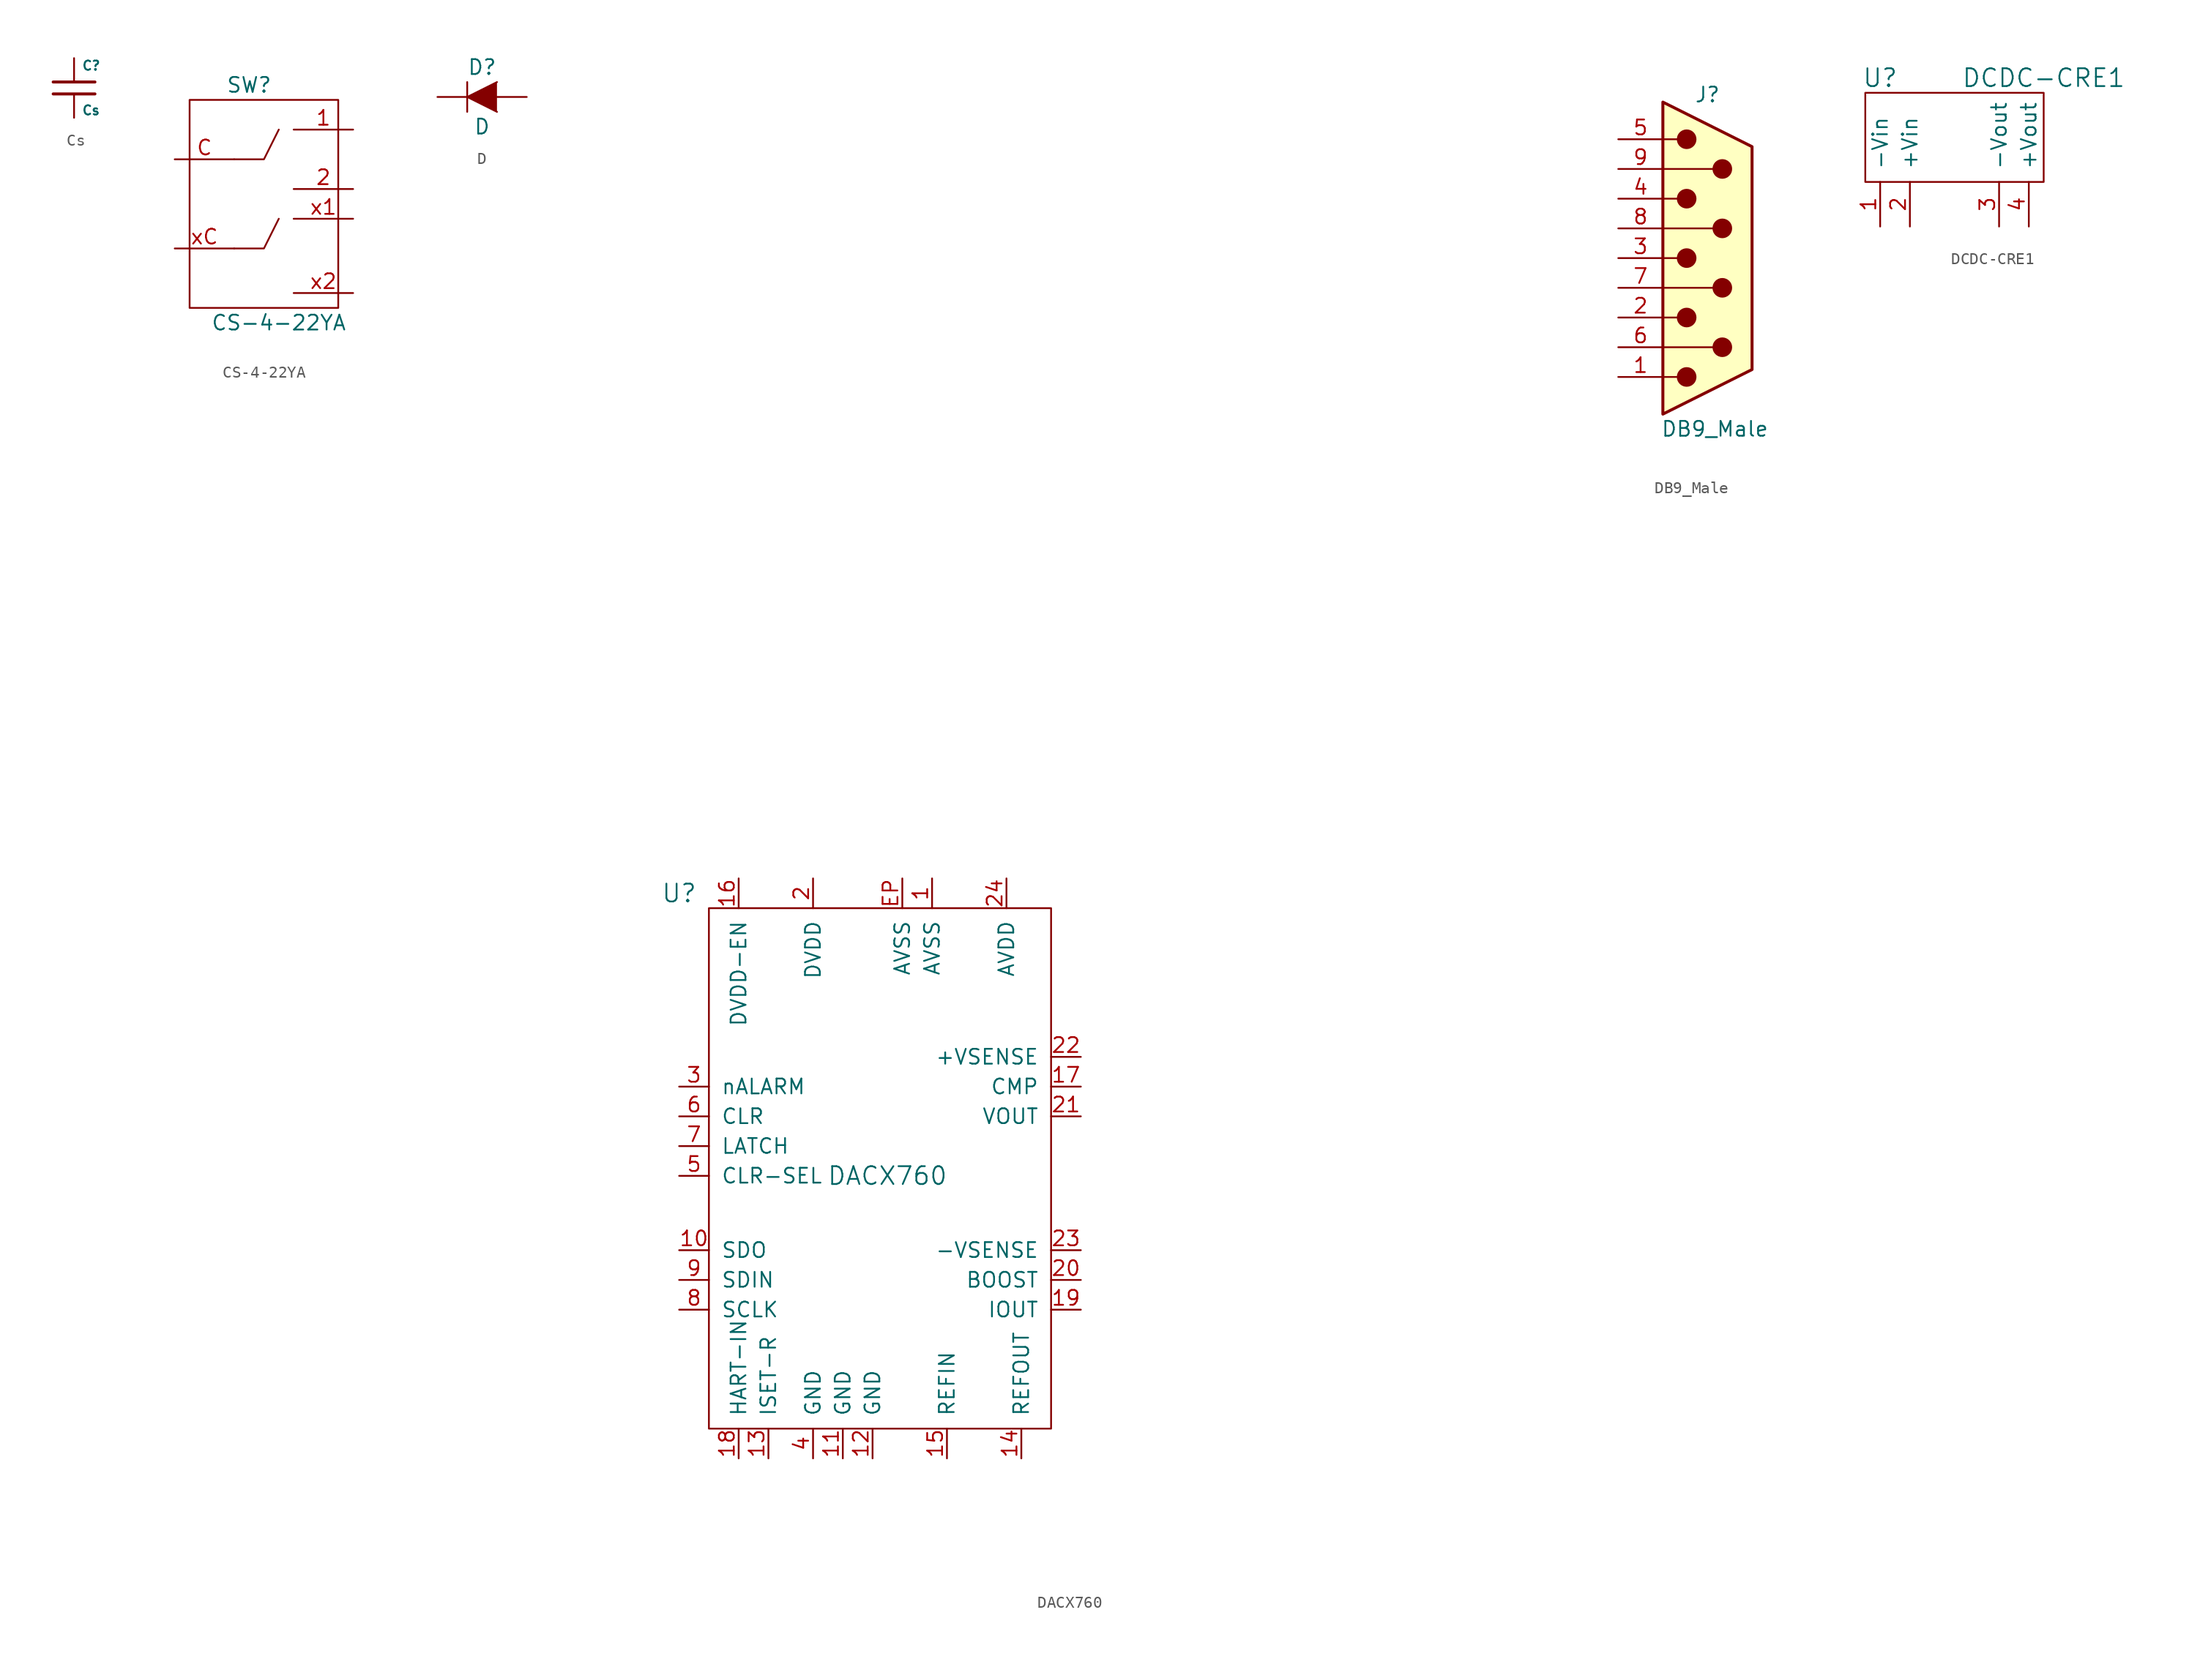
<source format=kicad_sym>
(kicad_symbol_lib
  (version 20210619)
  (generator kicad_symbol_editor)
  (symbol "tinkerforge:Cs"
    (pin_numbers hide)
    (pin_names
      (offset 0.254))
    (property "Reference" "C"
      (at 0.635 1.905 0)
      (effects (font (size 0.787 0.787)) (justify left)))
    (property "Value" "Cs"
      (at 0.635 -1.905 0)
      (effects (font (size 0.787 0.787)) (justify left)))
    (property "Footprint" ""
      (at 0 0 0)
      (effects (font (size 1.524 1.524))))
    (property "Datasheet" ""
      (at 0 0 0)
      (effects (font (size 1.524 1.524))))
    (symbol "Cs_0_1"
      (polyline (pts (xy -1.778 -0.508) (xy 1.778 -0.508)) (stroke (width 0.254)) (fill (type none)))
      (polyline (pts (xy -1.778 0.508) (xy 1.778 0.508)) (stroke (width 0.254)) (fill (type none))))
    (symbol "Cs_1_1"
      (pin passive line (at 0 2.54 270) (length 2.007) (name "~" (effects (font (size 1.016 1.016)))) (number "1" (effects (font (size 1.016 1.016)))))
      (pin passive line (at 0 -2.54 90) (length 2.007) (name "~" (effects (font (size 1.016 1.016)))) (number "2" (effects (font (size 1.016 1.016)))))))
  (symbol "tinkerforge:CS-4-22YA"
    (pin_names
      (offset 1.016))
    (property "Reference" "SW"
      (at -1.27 10.16 0)
      (effects (font (size 1.27 1.27))))
    (property "Value" "CS-4-22YA"
      (at 1.27 -10.16 0)
      (effects (font (size 1.27 1.27))))
    (symbol "CS-4-22YA_0_1"
      (rectangle (start -6.35 8.89) (end 6.35 -8.89) (stroke (width 0)) (fill (type none)))
      (polyline (pts (xy -2.54 -3.81) (xy 0 -3.81) (xy 1.27 -1.27)) (stroke (width 0)) (fill (type none)))
      (polyline (pts (xy -2.54 3.81) (xy 0 3.81) (xy 1.27 6.35)) (stroke (width 0)) (fill (type none))))
    (symbol "CS-4-22YA_1_1"
      (pin input line (at 7.62 6.35 180) (length 5.08) (name "~" (effects (font (size 1.27 1.27)))) (number "1" (effects (font (size 1.27 1.27)))))
      (pin input line (at 7.62 1.27 180) (length 5.08) (name "~" (effects (font (size 1.27 1.27)))) (number "2" (effects (font (size 1.27 1.27)))))
      (pin input line (at -7.62 3.81 0) (length 5.08) (name "~" (effects (font (size 1.27 1.27)))) (number "C" (effects (font (size 1.27 1.27)))))
      (pin input line (at 7.62 -1.27 180) (length 5.08) (name "~" (effects (font (size 1.27 1.27)))) (number "x1" (effects (font (size 1.27 1.27)))))
      (pin input line (at 7.62 -7.62 180) (length 5.08) (name "~" (effects (font (size 1.27 1.27)))) (number "x2" (effects (font (size 1.27 1.27)))))
      (pin input line (at -7.62 -3.81 0) (length 5.08) (name "~" (effects (font (size 1.27 1.27)))) (number "xC" (effects (font (size 1.27 1.27)))))))
  (symbol "tinkerforge:D"
    (pin_numbers hide)
    (pin_names
      (offset 1.016) hide)
    (property "Reference" "D"
      (at 0 2.54 0)
      (effects (font (size 1.27 1.27))))
    (property "Value" "D"
      (at 0 -2.54 0)
      (effects (font (size 1.27 1.27))))
    (property "Footprint" ""
      (at 0 0 0)
      (effects (font (size 1.27 1.27))))
    (property "Datasheet" ""
      (at 0 0 0)
      (effects (font (size 1.27 1.27))))
    (symbol "D_0_1"
      (polyline (pts (xy -1.27 1.27) (xy -1.27 -1.27)) (stroke (width 0.152)) (fill (type none)))
      (polyline (pts (xy 1.27 1.27) (xy -1.27 0) (xy 1.27 -1.27)) (stroke (width 0)) (fill (type outline))))
    (symbol "D_1_1"
      (pin passive line (at 3.81 0 180) (length 2.54) (name "A" (effects (font (size 1.27 1.27)))) (number "1" (effects (font (size 1.27 1.27)))))
      (pin passive line (at -3.81 0 0) (length 2.54) (name "K" (effects (font (size 1.27 1.27)))) (number "2" (effects (font (size 1.27 1.27)))))))
  (symbol "tinkerforge:DACX760"
    (pin_names
      (offset 1.016))
    (property "Reference" "U"
      (at -17.78 24.13 0)
      (effects (font (size 1.524 1.524))))
    (property "Value" "DACX760"
      (at 0 0 0)
      (effects (font (size 1.524 1.524))))
    (property "Footprint" ""
      (at 49.53 85.09 0)
      (effects (font (size 1.524 1.524))))
    (property "Datasheet" ""
      (at 49.53 85.09 0)
      (effects (font (size 1.524 1.524))))
    (symbol "DACX760_0_1"
      (rectangle (start -15.24 22.86) (end 13.97 -21.59) (stroke (width 0)) (fill (type none))))
    (symbol "DACX760_1_1"
      (pin input line (at 3.81 25.4 270) (length 2.54) (name "AVSS" (effects (font (size 1.27 1.27)))) (number "1" (effects (font (size 1.27 1.27)))))
      (pin input line (at -17.78 -6.35 0) (length 2.54) (name "SDO" (effects (font (size 1.27 1.27)))) (number "10" (effects (font (size 1.27 1.27)))))
      (pin input line (at -3.81 -24.13 90) (length 2.54) (name "GND" (effects (font (size 1.27 1.27)))) (number "11" (effects (font (size 1.27 1.27)))))
      (pin input line (at -1.27 -24.13 90) (length 2.54) (name "GND" (effects (font (size 1.27 1.27)))) (number "12" (effects (font (size 1.27 1.27)))))
      (pin input line (at -10.16 -24.13 90) (length 2.54) (name "ISET-R" (effects (font (size 1.27 1.27)))) (number "13" (effects (font (size 1.27 1.27)))))
      (pin input line (at 11.43 -24.13 90) (length 2.54) (name "REFOUT" (effects (font (size 1.27 1.27)))) (number "14" (effects (font (size 1.27 1.27)))))
      (pin input line (at 5.08 -24.13 90) (length 2.54) (name "REFIN" (effects (font (size 1.27 1.27)))) (number "15" (effects (font (size 1.27 1.27)))))
      (pin input line (at -12.7 25.4 270) (length 2.54) (name "DVDD-EN" (effects (font (size 1.27 1.27)))) (number "16" (effects (font (size 1.27 1.27)))))
      (pin input line (at 16.51 7.62 180) (length 2.54) (name "CMP" (effects (font (size 1.27 1.27)))) (number "17" (effects (font (size 1.27 1.27)))))
      (pin input line (at -12.7 -24.13 90) (length 2.54) (name "HART-IN" (effects (font (size 1.27 1.27)))) (number "18" (effects (font (size 1.27 1.27)))))
      (pin input line (at 16.51 -11.43 180) (length 2.54) (name "IOUT" (effects (font (size 1.27 1.27)))) (number "19" (effects (font (size 1.27 1.27)))))
      (pin input line (at -6.35 25.4 270) (length 2.54) (name "DVDD" (effects (font (size 1.27 1.27)))) (number "2" (effects (font (size 1.27 1.27)))))
      (pin input line (at 16.51 -8.89 180) (length 2.54) (name "BOOST" (effects (font (size 1.27 1.27)))) (number "20" (effects (font (size 1.27 1.27)))))
      (pin input line (at 16.51 5.08 180) (length 2.54) (name "VOUT" (effects (font (size 1.27 1.27)))) (number "21" (effects (font (size 1.27 1.27)))))
      (pin input line (at 16.51 10.16 180) (length 2.54) (name "+VSENSE" (effects (font (size 1.27 1.27)))) (number "22" (effects (font (size 1.27 1.27)))))
      (pin input line (at 16.51 -6.35 180) (length 2.54) (name "-VSENSE" (effects (font (size 1.27 1.27)))) (number "23" (effects (font (size 1.27 1.27)))))
      (pin input line (at 10.16 25.4 270) (length 2.54) (name "AVDD" (effects (font (size 1.27 1.27)))) (number "24" (effects (font (size 1.27 1.27)))))
      (pin input line (at -17.78 7.62 0) (length 2.54) (name "nALARM" (effects (font (size 1.27 1.27)))) (number "3" (effects (font (size 1.27 1.27)))))
      (pin input line (at -6.35 -24.13 90) (length 2.54) (name "GND" (effects (font (size 1.27 1.27)))) (number "4" (effects (font (size 1.27 1.27)))))
      (pin input line (at -17.78 0 0) (length 2.54) (name "CLR-SEL" (effects (font (size 1.27 1.27)))) (number "5" (effects (font (size 1.27 1.27)))))
      (pin input line (at -17.78 5.08 0) (length 2.54) (name "CLR" (effects (font (size 1.27 1.27)))) (number "6" (effects (font (size 1.27 1.27)))))
      (pin input line (at -17.78 2.54 0) (length 2.54) (name "LATCH" (effects (font (size 1.27 1.27)))) (number "7" (effects (font (size 1.27 1.27)))))
      (pin input line (at -17.78 -11.43 0) (length 2.54) (name "SCLK" (effects (font (size 1.27 1.27)))) (number "8" (effects (font (size 1.27 1.27)))))
      (pin input line (at -17.78 -8.89 0) (length 2.54) (name "SDIN" (effects (font (size 1.27 1.27)))) (number "9" (effects (font (size 1.27 1.27)))))
      (pin passive line (at 1.27 25.4 270) (length 2.54) (name "AVSS" (effects (font (size 1.27 1.27)))) (number "EP" (effects (font (size 1.27 1.27)))))))
  (symbol "tinkerforge:DB9_Male"
    (pin_names
      (offset 1.016) hide)
    (property "Reference" "J"
      (at 0 13.97 0)
      (effects (font (size 1.27 1.27))))
    (property "Value" "DB9_Male"
      (at 0.635 -14.605 0)
      (effects (font (size 1.27 1.27))))
    (symbol "DB9_Male_0_1"
      (circle (center -1.778 -10.16) (radius 0.762) (stroke (width 0)) (fill (type outline)))
      (circle (center -1.778 -5.08) (radius 0.762) (stroke (width 0)) (fill (type outline)))
      (circle (center -1.778 0) (radius 0.762) (stroke (width 0)) (fill (type outline)))
      (circle (center -1.778 5.08) (radius 0.762) (stroke (width 0)) (fill (type outline)))
      (circle (center -1.778 10.16) (radius 0.762) (stroke (width 0)) (fill (type outline)))
      (circle (center 1.27 -7.62) (radius 0.762) (stroke (width 0)) (fill (type outline)))
      (circle (center 1.27 -2.54) (radius 0.762) (stroke (width 0)) (fill (type outline)))
      (circle (center 1.27 2.54) (radius 0.762) (stroke (width 0)) (fill (type outline)))
      (circle (center 1.27 7.62) (radius 0.762) (stroke (width 0)) (fill (type outline)))
      (polyline (pts (xy -3.81 -10.16) (xy -2.54 -10.16)) (stroke (width 0)) (fill (type none)))
      (polyline (pts (xy -3.81 -7.62) (xy 0.508 -7.62)) (stroke (width 0)) (fill (type none)))
      (polyline (pts (xy -3.81 -5.08) (xy -2.54 -5.08)) (stroke (width 0)) (fill (type none)))
      (polyline (pts (xy -3.81 -2.54) (xy 0.508 -2.54)) (stroke (width 0)) (fill (type none)))
      (polyline (pts (xy -3.81 0) (xy -2.54 0)) (stroke (width 0)) (fill (type none)))
      (polyline (pts (xy -3.81 2.54) (xy 0.508 2.54)) (stroke (width 0)) (fill (type none)))
      (polyline (pts (xy -3.81 5.08) (xy -2.54 5.08)) (stroke (width 0)) (fill (type none)))
      (polyline (pts (xy -3.81 7.62) (xy 0.508 7.62)) (stroke (width 0)) (fill (type none)))
      (polyline (pts (xy -3.81 10.16) (xy -2.54 10.16)) (stroke (width 0)) (fill (type none)))
      (polyline (pts (xy -3.81 -13.335) (xy -3.81 13.335) (xy 3.81 9.525) (xy 3.81 -9.525) (xy -3.81 -13.335)) (stroke (width 0.254)) (fill (type background))))
    (symbol "DB9_Male_1_1"
      (pin passive line (at -7.62 -10.16 0) (length 3.81) (name "1" (effects (font (size 1.27 1.27)))) (number "1" (effects (font (size 1.27 1.27)))))
      (pin passive line (at -7.62 -5.08 0) (length 3.81) (name "2" (effects (font (size 1.27 1.27)))) (number "2" (effects (font (size 1.27 1.27)))))
      (pin passive line (at -7.62 0 0) (length 3.81) (name "3" (effects (font (size 1.27 1.27)))) (number "3" (effects (font (size 1.27 1.27)))))
      (pin passive line (at -7.62 5.08 0) (length 3.81) (name "4" (effects (font (size 1.27 1.27)))) (number "4" (effects (font (size 1.27 1.27)))))
      (pin passive line (at -7.62 10.16 0) (length 3.81) (name "5" (effects (font (size 1.27 1.27)))) (number "5" (effects (font (size 1.27 1.27)))))
      (pin passive line (at -7.62 -7.62 0) (length 3.81) (name "6" (effects (font (size 1.27 1.27)))) (number "6" (effects (font (size 1.27 1.27)))))
      (pin passive line (at -7.62 -2.54 0) (length 3.81) (name "7" (effects (font (size 1.27 1.27)))) (number "7" (effects (font (size 1.27 1.27)))))
      (pin passive line (at -7.62 2.54 0) (length 3.81) (name "8" (effects (font (size 1.27 1.27)))) (number "8" (effects (font (size 1.27 1.27)))))
      (pin passive line (at -7.62 7.62 0) (length 3.81) (name "9" (effects (font (size 1.27 1.27)))) (number "9" (effects (font (size 1.27 1.27)))))))
  (symbol "tinkerforge:DCDC-CRE1"
    (pin_names
      (offset 1.016))
    (property "Reference" "U"
      (at -6.35 5.08 0)
      (effects (font (size 1.524 1.524))))
    (property "Value" "DCDC-CRE1"
      (at 7.62 5.08 0)
      (effects (font (size 1.524 1.524))))
    (property "Footprint" ""
      (at 0 0 0)
      (effects (font (size 1.524 1.524))))
    (property "Datasheet" ""
      (at 0 0 0)
      (effects (font (size 1.524 1.524))))
    (symbol "DCDC-CRE1_0_1"
      (rectangle (start -7.62 3.81) (end 7.62 -3.81) (stroke (width 0)) (fill (type none))))
    (symbol "DCDC-CRE1_1_1"
      (pin passive line (at -6.35 -7.62 90) (length 3.81) (name "-Vin" (effects (font (size 1.27 1.27)))) (number "1" (effects (font (size 1.27 1.27)))))
      (pin passive line (at -3.81 -7.62 90) (length 3.81) (name "+Vin" (effects (font (size 1.27 1.27)))) (number "2" (effects (font (size 1.27 1.27)))))
      (pin passive line (at 3.81 -7.62 90) (length 3.81) (name "-Vout" (effects (font (size 1.27 1.27)))) (number "3" (effects (font (size 1.27 1.27)))))
      (pin passive line (at 6.35 -7.62 90) (length 3.81) (name "+Vout" (effects (font (size 1.27 1.27)))) (number "4" (effects (font (size 1.27 1.27))))))))
</source>
